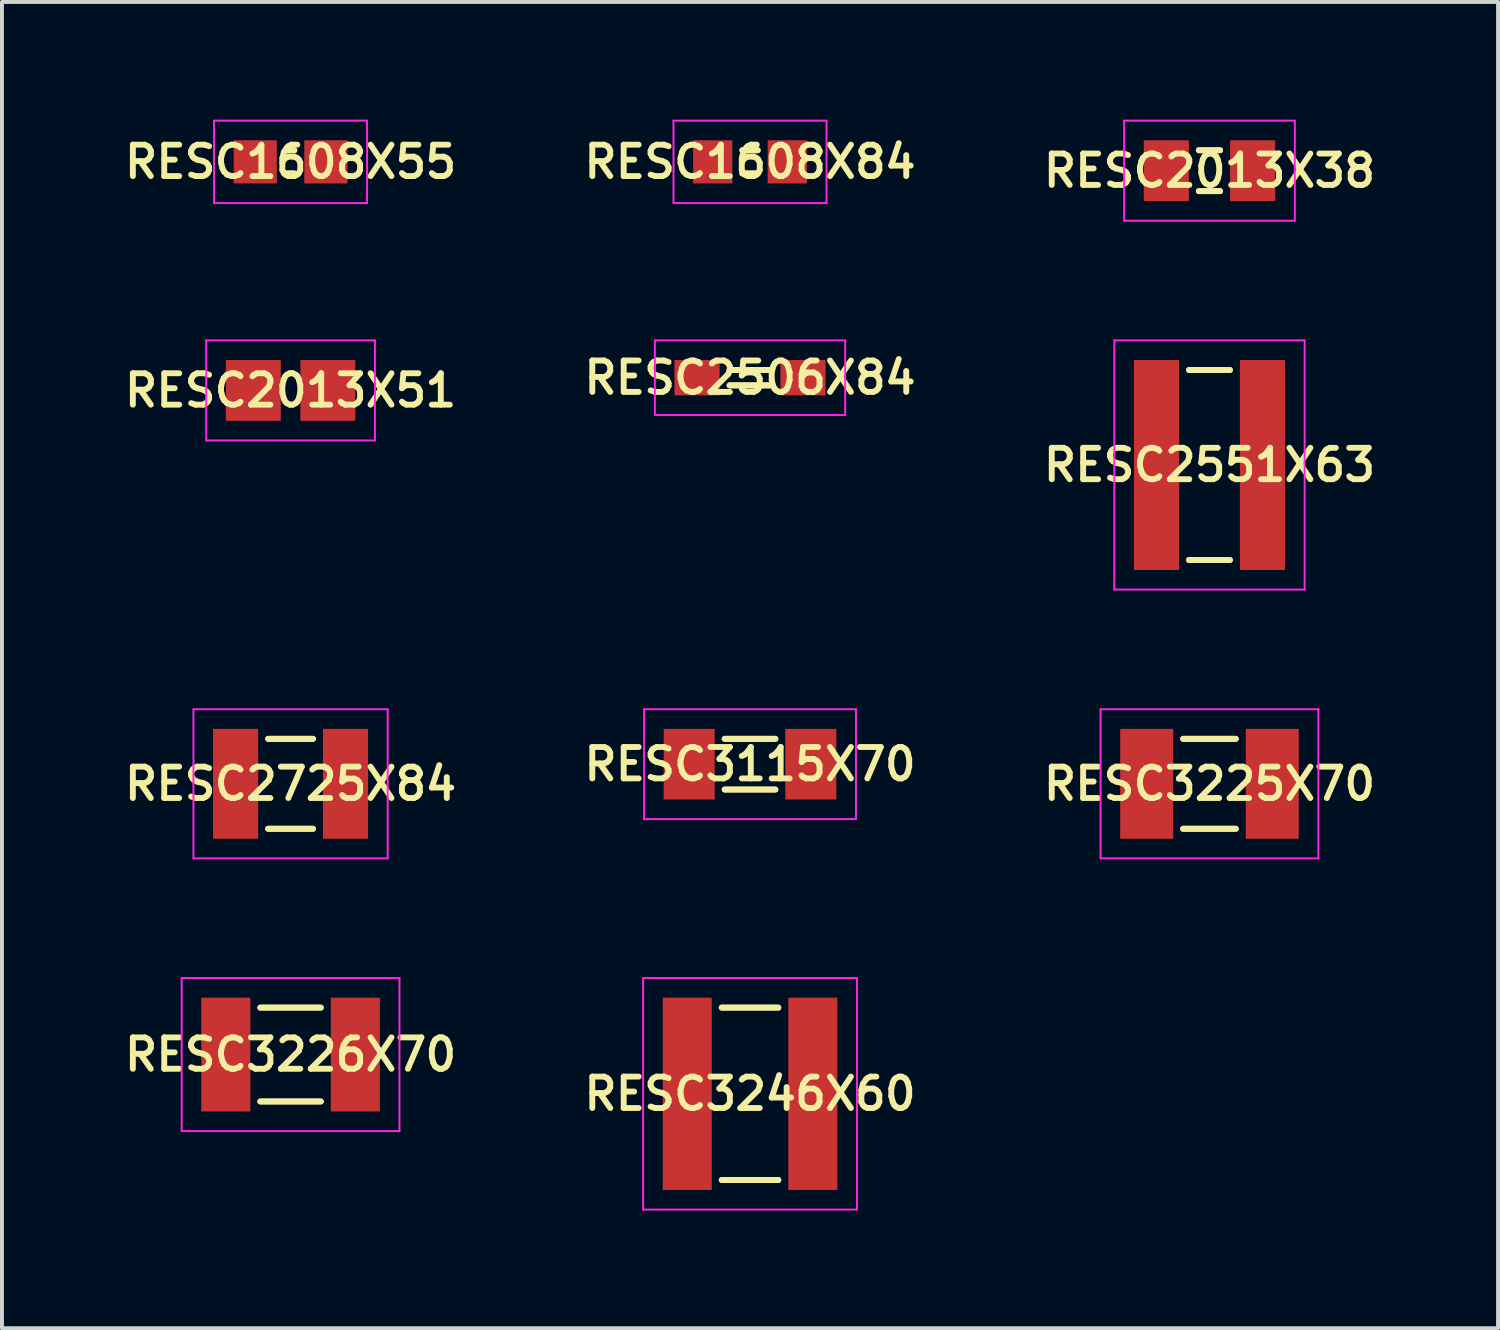
<source format=kicad_pcb>
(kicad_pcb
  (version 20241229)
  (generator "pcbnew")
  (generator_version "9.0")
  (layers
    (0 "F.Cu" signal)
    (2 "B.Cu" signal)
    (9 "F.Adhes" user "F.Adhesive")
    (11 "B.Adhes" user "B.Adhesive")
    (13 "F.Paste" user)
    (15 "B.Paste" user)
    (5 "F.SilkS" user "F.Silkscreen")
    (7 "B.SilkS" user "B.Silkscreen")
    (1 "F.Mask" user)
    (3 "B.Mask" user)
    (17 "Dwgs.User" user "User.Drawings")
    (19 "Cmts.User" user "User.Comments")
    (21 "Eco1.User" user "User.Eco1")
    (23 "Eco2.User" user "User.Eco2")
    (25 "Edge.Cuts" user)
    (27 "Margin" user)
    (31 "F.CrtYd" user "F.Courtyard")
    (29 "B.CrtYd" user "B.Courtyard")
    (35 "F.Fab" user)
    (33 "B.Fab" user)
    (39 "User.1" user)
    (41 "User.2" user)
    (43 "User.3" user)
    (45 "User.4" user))
  (footprint "RESC2551X63"
    (layer "F.Cu")
    (at 27.773 8.8)
    (property "Reference" "RESC2551X63" (at 0 0 0) (layer "F.SilkS") (effects (font (size 0.8 0.8) (thickness 0.15))))
    (attr smd)
    (fp_line (start -0.521 -2.421) (end 0.521 -2.421) (stroke (width 0.15) (type solid)) (layer "F.SilkS"))
    (fp_line (start -0.521 2.421) (end 0.521 2.421) (stroke (width 0.15) (type solid)) (layer "F.SilkS"))
    (fp_line (start 0.521 -2.421) (end -0.521 -2.421) (stroke (width 0.15) (type solid)) (layer "F.SilkS"))
    (fp_line (start 0.521 2.421) (end -0.521 2.421) (stroke (width 0.15) (type solid)) (layer "F.SilkS"))
    (fp_line (start -2.425 -3.175) (end 2.425 -3.175) (stroke (width 0.05) (type solid)) (layer "F.CrtYd"))
    (fp_line (start -2.425 3.175) (end -2.425 -3.175) (stroke (width 0.05) (type solid)) (layer "F.CrtYd"))
    (fp_line (start 2.425 -3.175) (end 2.425 3.175) (stroke (width 0.05) (type solid)) (layer "F.CrtYd"))
    (fp_line (start 2.425 3.175) (end -2.425 3.175) (stroke (width 0.05) (type solid)) (layer "F.CrtYd"))
    (pad "1" smd rect (at -1.35 0) (size 1.15 5.35) (layers "F.Cu" "F.Mask" "F.Paste"))
    (pad "2" smd rect (at 1.35 0) (size 1.15 5.35) (layers "F.Cu" "F.Mask" "F.Paste")))
  (footprint "RESC2013X38"
    (layer "F.Cu")
    (at 27.773 1.3)
    (property "Reference" "RESC2013X38" (at 0 0 0) (layer "F.SilkS") (effects (font (size 0.8 0.8) (thickness 0.15))))
    (attr smd)
    (fp_line (start -0.271 -0.521) (end 0.271 -0.521) (stroke (width 0.15) (type solid)) (layer "F.SilkS"))
    (fp_line (start -0.271 0.521) (end 0.271 0.521) (stroke (width 0.15) (type solid)) (layer "F.SilkS"))
    (fp_line (start 0.271 -0.521) (end -0.271 -0.521) (stroke (width 0.15) (type solid)) (layer "F.SilkS"))
    (fp_line (start 0.271 0.521) (end -0.271 0.521) (stroke (width 0.15) (type solid)) (layer "F.SilkS"))
    (fp_line (start -2.175 -1.275) (end 2.175 -1.275) (stroke (width 0.05) (type solid)) (layer "F.CrtYd"))
    (fp_line (start -2.175 1.275) (end -2.175 -1.275) (stroke (width 0.05) (type solid)) (layer "F.CrtYd"))
    (fp_line (start 2.175 -1.275) (end 2.175 1.275) (stroke (width 0.05) (type solid)) (layer "F.CrtYd"))
    (fp_line (start 2.175 1.275) (end -2.175 1.275) (stroke (width 0.05) (type solid)) (layer "F.CrtYd"))
    (pad "1" smd rect (at -1.1 0) (size 1.15 1.55) (layers "F.Cu" "F.Mask" "F.Paste"))
    (pad "2" smd rect (at 1.1 0) (size 1.15 1.55) (layers "F.Cu" "F.Mask" "F.Paste")))
  (footprint "RESC3115X70"
    (layer "F.Cu")
    (at 16.064 16.425)
    (property "Reference" "RESC3115X70" (at 0 0 0) (layer "F.SilkS") (effects (font (size 0.8 0.8) (thickness 0.15))))
    (attr smd)
    (fp_line (start -0.646 -0.646) (end 0.646 -0.646) (stroke (width 0.15) (type solid)) (layer "F.SilkS"))
    (fp_line (start -0.646 0.646) (end 0.646 0.646) (stroke (width 0.15) (type solid)) (layer "F.SilkS"))
    (fp_line (start 0.646 -0.646) (end -0.646 -0.646) (stroke (width 0.15) (type solid)) (layer "F.SilkS"))
    (fp_line (start 0.646 0.646) (end -0.646 0.646) (stroke (width 0.15) (type solid)) (layer "F.SilkS"))
    (fp_line (start -2.7 -1.4) (end 2.7 -1.4) (stroke (width 0.05) (type solid)) (layer "F.CrtYd"))
    (fp_line (start -2.7 1.4) (end -2.7 -1.4) (stroke (width 0.05) (type solid)) (layer "F.CrtYd"))
    (fp_line (start 2.7 -1.4) (end 2.7 1.4) (stroke (width 0.05) (type solid)) (layer "F.CrtYd"))
    (fp_line (start 2.7 1.4) (end -2.7 1.4) (stroke (width 0.05) (type solid)) (layer "F.CrtYd"))
    (pad "1" smd rect (at -1.55 0) (size 1.3 1.8) (layers "F.Cu" "F.Mask" "F.Paste"))
    (pad "2" smd rect (at 1.55 0) (size 1.3 1.8) (layers "F.Cu" "F.Mask" "F.Paste")))
  (footprint "RESC3225X70"
    (layer "F.Cu")
    (at 27.773 16.925)
    (property "Reference" "RESC3225X70" (at 0 0 0) (layer "F.SilkS") (effects (font (size 0.8 0.8) (thickness 0.15))))
    (attr smd)
    (fp_line (start -0.671 -1.146) (end 0.671 -1.146) (stroke (width 0.15) (type solid)) (layer "F.SilkS"))
    (fp_line (start -0.671 1.146) (end 0.671 1.146) (stroke (width 0.15) (type solid)) (layer "F.SilkS"))
    (fp_line (start 0.671 -1.146) (end -0.671 -1.146) (stroke (width 0.15) (type solid)) (layer "F.SilkS"))
    (fp_line (start 0.671 1.146) (end -0.671 1.146) (stroke (width 0.15) (type solid)) (layer "F.SilkS"))
    (fp_line (start -2.775 -1.9) (end 2.775 -1.9) (stroke (width 0.05) (type solid)) (layer "F.CrtYd"))
    (fp_line (start -2.775 1.9) (end -2.775 -1.9) (stroke (width 0.05) (type solid)) (layer "F.CrtYd"))
    (fp_line (start 2.775 -1.9) (end 2.775 1.9) (stroke (width 0.05) (type solid)) (layer "F.CrtYd"))
    (fp_line (start 2.775 1.9) (end -2.775 1.9) (stroke (width 0.05) (type solid)) (layer "F.CrtYd"))
    (pad "1" smd rect (at -1.6 0) (size 1.35 2.8) (layers "F.Cu" "F.Mask" "F.Paste"))
    (pad "2" smd rect (at 1.6 0) (size 1.35 2.8) (layers "F.Cu" "F.Mask" "F.Paste")))
  (footprint "RESC3246X60"
    (layer "F.Cu")
    (at 16.064 24.825)
    (property "Reference" "RESC3246X60" (at 0 0 0) (layer "F.SilkS") (effects (font (size 0.8 0.8) (thickness 0.15))))
    (attr smd)
    (fp_line (start -0.721 -2.196) (end 0.721 -2.196) (stroke (width 0.15) (type solid)) (layer "F.SilkS"))
    (fp_line (start -0.721 2.196) (end 0.721 2.196) (stroke (width 0.15) (type solid)) (layer "F.SilkS"))
    (fp_line (start 0.721 -2.196) (end -0.721 -2.196) (stroke (width 0.15) (type solid)) (layer "F.SilkS"))
    (fp_line (start 0.721 2.196) (end -0.721 2.196) (stroke (width 0.15) (type solid)) (layer "F.SilkS"))
    (fp_line (start -2.725 -2.95) (end 2.725 -2.95) (stroke (width 0.05) (type solid)) (layer "F.CrtYd"))
    (fp_line (start -2.725 2.95) (end -2.725 -2.95) (stroke (width 0.05) (type solid)) (layer "F.CrtYd"))
    (fp_line (start 2.725 -2.95) (end 2.725 2.95) (stroke (width 0.05) (type solid)) (layer "F.CrtYd"))
    (fp_line (start 2.725 2.95) (end -2.725 2.95) (stroke (width 0.05) (type solid)) (layer "F.CrtYd"))
    (pad "1" smd rect (at -1.6 0) (size 1.25 4.9) (layers "F.Cu" "F.Mask" "F.Paste"))
    (pad "2" smd rect (at 1.6 0) (size 1.25 4.9) (layers "F.Cu" "F.Mask" "F.Paste")))
  (footprint "RESC1608X84"
    (layer "F.Cu")
    (at 16.064 1.075)
    (property "Reference" "RESC1608X84" (at 0 0 0) (layer "F.SilkS") (effects (font (size 0.8 0.8) (thickness 0.15))))
    (attr smd)
    (fp_line (start -0.196 -0.296) (end 0.196 -0.296) (stroke (width 0.15) (type solid)) (layer "F.SilkS"))
    (fp_line (start -0.196 0.296) (end 0.196 0.296) (stroke (width 0.15) (type solid)) (layer "F.SilkS"))
    (fp_line (start 0.196 -0.296) (end -0.196 -0.296) (stroke (width 0.15) (type solid)) (layer "F.SilkS"))
    (fp_line (start 0.196 0.296) (end -0.196 0.296) (stroke (width 0.15) (type solid)) (layer "F.SilkS"))
    (fp_line (start -1.95 -1.05) (end 1.95 -1.05) (stroke (width 0.05) (type solid)) (layer "F.CrtYd"))
    (fp_line (start -1.95 1.05) (end -1.95 -1.05) (stroke (width 0.05) (type solid)) (layer "F.CrtYd"))
    (fp_line (start 1.95 -1.05) (end 1.95 1.05) (stroke (width 0.05) (type solid)) (layer "F.CrtYd"))
    (fp_line (start 1.95 1.05) (end -1.95 1.05) (stroke (width 0.05) (type solid)) (layer "F.CrtYd"))
    (pad "1" smd rect (at -0.95 0) (size 1 1.1) (layers "F.Cu" "F.Mask" "F.Paste"))
    (pad "2" smd rect (at 0.95 0) (size 1 1.1) (layers "F.Cu" "F.Mask" "F.Paste")))
  (footprint "RESC1608X55"
    (layer "F.Cu")
    (at 4.355 1.075)
    (property "Reference" "RESC1608X55" (at 0 0 0) (layer "F.SilkS") (effects (font (size 0.8 0.8) (thickness 0.15))))
    (attr smd)
    (fp_line (start -0.096 -0.296) (end 0.096 -0.296) (stroke (width 0.15) (type solid)) (layer "F.SilkS"))
    (fp_line (start -0.096 0.296) (end 0.096 0.296) (stroke (width 0.15) (type solid)) (layer "F.SilkS"))
    (fp_line (start 0.096 -0.296) (end -0.096 -0.296) (stroke (width 0.15) (type solid)) (layer "F.SilkS"))
    (fp_line (start 0.096 0.296) (end -0.096 0.296) (stroke (width 0.15) (type solid)) (layer "F.SilkS"))
    (fp_line (start -1.95 -1.05) (end 1.95 -1.05) (stroke (width 0.05) (type solid)) (layer "F.CrtYd"))
    (fp_line (start -1.95 1.05) (end -1.95 -1.05) (stroke (width 0.05) (type solid)) (layer "F.CrtYd"))
    (fp_line (start 1.95 -1.05) (end 1.95 1.05) (stroke (width 0.05) (type solid)) (layer "F.CrtYd"))
    (fp_line (start 1.95 1.05) (end -1.95 1.05) (stroke (width 0.05) (type solid)) (layer "F.CrtYd"))
    (pad "1" smd rect (at -0.9 0) (size 1.1 1.1) (layers "F.Cu" "F.Mask" "F.Paste"))
    (pad "2" smd rect (at 0.9 0) (size 1.1 1.1) (layers "F.Cu" "F.Mask" "F.Paste")))
  (footprint "RESC2725X84"
    (layer "F.Cu")
    (at 4.355 16.925)
    (property "Reference" "RESC2725X84" (at 0 0 0) (layer "F.SilkS") (effects (font (size 0.8 0.8) (thickness 0.15))))
    (attr smd)
    (fp_line (start -0.571 -1.146) (end 0.571 -1.146) (stroke (width 0.15) (type solid)) (layer "F.SilkS"))
    (fp_line (start -0.571 1.146) (end 0.571 1.146) (stroke (width 0.15) (type solid)) (layer "F.SilkS"))
    (fp_line (start 0.571 -1.146) (end -0.571 -1.146) (stroke (width 0.15) (type solid)) (layer "F.SilkS"))
    (fp_line (start 0.571 1.146) (end -0.571 1.146) (stroke (width 0.15) (type solid)) (layer "F.SilkS"))
    (fp_line (start -2.475 -1.9) (end 2.475 -1.9) (stroke (width 0.05) (type solid)) (layer "F.CrtYd"))
    (fp_line (start -2.475 1.9) (end -2.475 -1.9) (stroke (width 0.05) (type solid)) (layer "F.CrtYd"))
    (fp_line (start 2.475 -1.9) (end 2.475 1.9) (stroke (width 0.05) (type solid)) (layer "F.CrtYd"))
    (fp_line (start 2.475 1.9) (end -2.475 1.9) (stroke (width 0.05) (type solid)) (layer "F.CrtYd"))
    (pad "1" smd rect (at -1.4 0) (size 1.15 2.8) (layers "F.Cu" "F.Mask" "F.Paste"))
    (pad "2" smd rect (at 1.4 0) (size 1.15 2.8) (layers "F.Cu" "F.Mask" "F.Paste")))
  (footprint "RESC2506X84"
    (layer "F.Cu")
    (at 16.064 6.575)
    (property "Reference" "RESC2506X84" (at 0 0 0) (layer "F.SilkS") (effects (font (size 0.8 0.8) (thickness 0.15))))
    (attr smd)
    (fp_line (start -0.521 -0.196) (end 0.521 -0.196) (stroke (width 0.15) (type solid)) (layer "F.SilkS"))
    (fp_line (start -0.521 0.196) (end 0.521 0.196) (stroke (width 0.15) (type solid)) (layer "F.SilkS"))
    (fp_line (start 0.521 -0.196) (end -0.521 -0.196) (stroke (width 0.15) (type solid)) (layer "F.SilkS"))
    (fp_line (start 0.521 0.196) (end -0.521 0.196) (stroke (width 0.15) (type solid)) (layer "F.SilkS"))
    (fp_line (start -2.425 -0.95) (end 2.425 -0.95) (stroke (width 0.05) (type solid)) (layer "F.CrtYd"))
    (fp_line (start -2.425 0.95) (end -2.425 -0.95) (stroke (width 0.05) (type solid)) (layer "F.CrtYd"))
    (fp_line (start 2.425 -0.95) (end 2.425 0.95) (stroke (width 0.05) (type solid)) (layer "F.CrtYd"))
    (fp_line (start 2.425 0.95) (end -2.425 0.95) (stroke (width 0.05) (type solid)) (layer "F.CrtYd"))
    (pad "1" smd rect (at -1.35 0) (size 1.15 0.9) (layers "F.Cu" "F.Mask" "F.Paste"))
    (pad "2" smd rect (at 1.35 0) (size 1.15 0.9) (layers "F.Cu" "F.Mask" "F.Paste")))
  (footprint "RESC3226X70"
    (layer "F.Cu")
    (at 4.355 23.825)
    (property "Reference" "RESC3226X70" (at 0 0 0) (layer "F.SilkS") (effects (font (size 0.8 0.8) (thickness 0.15))))
    (attr smd)
    (fp_line (start -0.771 -1.196) (end 0.771 -1.196) (stroke (width 0.15) (type solid)) (layer "F.SilkS"))
    (fp_line (start -0.771 1.196) (end 0.771 1.196) (stroke (width 0.15) (type solid)) (layer "F.SilkS"))
    (fp_line (start 0.771 -1.196) (end -0.771 -1.196) (stroke (width 0.15) (type solid)) (layer "F.SilkS"))
    (fp_line (start 0.771 1.196) (end -0.771 1.196) (stroke (width 0.15) (type solid)) (layer "F.SilkS"))
    (fp_line (start -2.775 -1.95) (end 2.775 -1.95) (stroke (width 0.05) (type solid)) (layer "F.CrtYd"))
    (fp_line (start -2.775 1.95) (end -2.775 -1.95) (stroke (width 0.05) (type solid)) (layer "F.CrtYd"))
    (fp_line (start 2.775 -1.95) (end 2.775 1.95) (stroke (width 0.05) (type solid)) (layer "F.CrtYd"))
    (fp_line (start 2.775 1.95) (end -2.775 1.95) (stroke (width 0.05) (type solid)) (layer "F.CrtYd"))
    (pad "1" smd rect (at -1.65 0) (size 1.25 2.9) (layers "F.Cu" "F.Mask" "F.Paste"))
    (pad "2" smd rect (at 1.65 0) (size 1.25 2.9) (layers "F.Cu" "F.Mask" "F.Paste")))
  (footprint "RESC2013X51"
    (layer "F.Cu")
    (at 4.355 6.9)
    (property "Reference" "RESC2013X51" (at 0 0 0) (layer "F.SilkS") (effects (font (size 0.8 0.8) (thickness 0.15))))
    (attr smd)
    (fp_line (start -2.15 -1.275) (end 2.15 -1.275) (stroke (width 0.05) (type solid)) (layer "F.CrtYd"))
    (fp_line (start -2.15 1.275) (end -2.15 -1.275) (stroke (width 0.05) (type solid)) (layer "F.CrtYd"))
    (fp_line (start 2.15 -1.275) (end 2.15 1.275) (stroke (width 0.05) (type solid)) (layer "F.CrtYd"))
    (fp_line (start 2.15 1.275) (end -2.15 1.275) (stroke (width 0.05) (type solid)) (layer "F.CrtYd"))
    (pad "1" smd rect (at -0.95 0) (size 1.4 1.55) (layers "F.Cu" "F.Mask" "F.Paste"))
    (pad "2" smd rect (at 0.95 0) (size 1.4 1.55) (layers "F.Cu" "F.Mask" "F.Paste")))
  (gr_rect
    (start -3 -3)
    (end 35.127 30.8)
    (stroke (width 0.1) (type default))
    (fill no)
    (layer "Edge.Cuts")))
</source>
